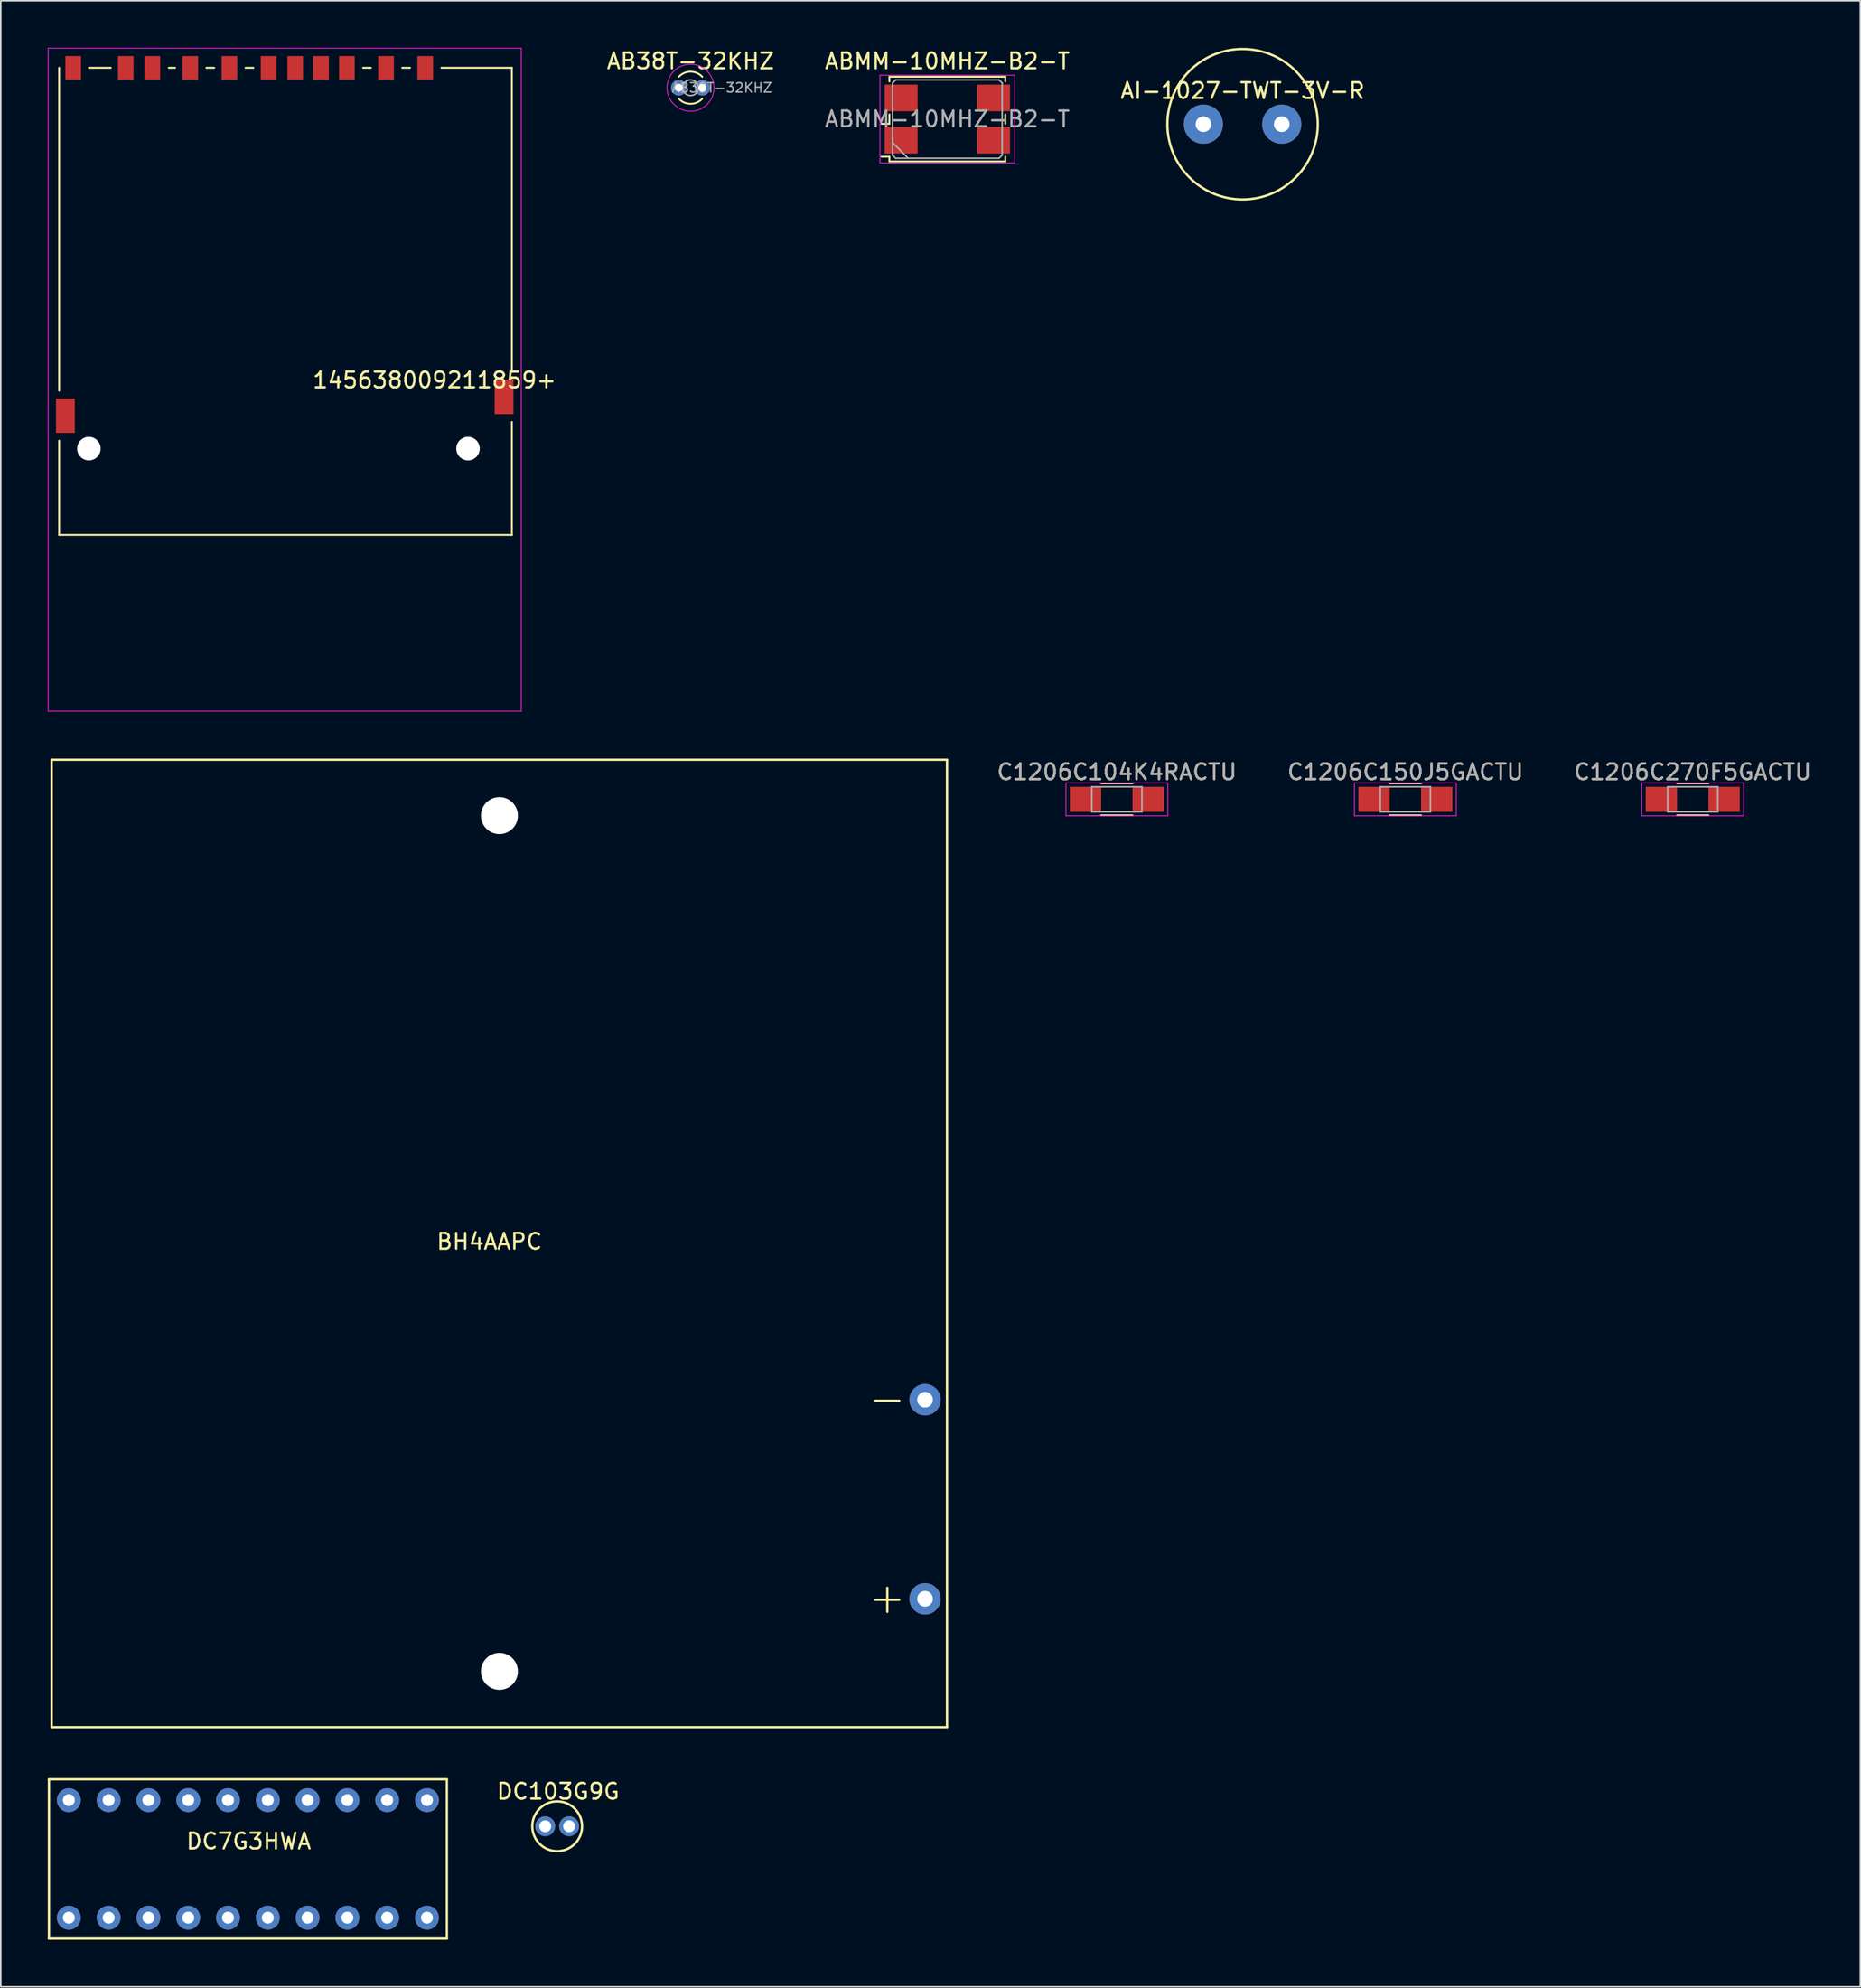
<source format=kicad_pcb>
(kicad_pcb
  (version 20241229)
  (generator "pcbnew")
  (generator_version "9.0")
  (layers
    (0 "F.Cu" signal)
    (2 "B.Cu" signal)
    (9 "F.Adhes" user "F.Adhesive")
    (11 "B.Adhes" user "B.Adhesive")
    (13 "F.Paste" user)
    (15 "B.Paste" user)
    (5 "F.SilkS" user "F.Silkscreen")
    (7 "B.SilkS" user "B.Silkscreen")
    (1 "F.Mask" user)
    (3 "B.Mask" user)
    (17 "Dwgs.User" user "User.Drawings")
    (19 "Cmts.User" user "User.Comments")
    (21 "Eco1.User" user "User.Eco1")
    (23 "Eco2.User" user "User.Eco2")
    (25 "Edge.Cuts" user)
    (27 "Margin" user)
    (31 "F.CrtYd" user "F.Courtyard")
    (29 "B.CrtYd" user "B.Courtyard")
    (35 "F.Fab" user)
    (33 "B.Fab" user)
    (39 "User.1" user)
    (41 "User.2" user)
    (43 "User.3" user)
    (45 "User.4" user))
  (footprint "AI-1027-TWT-3V-R"
    (layer "F.Cu")
    (at 76.268 4.875)
    (property "Reference" "AI-1027-TWT-3V-R" (at 0 -2.134 0) (layer "F.SilkS") (effects (font (size 1 1) (thickness 0.15))))
    (attr through_hole)
    (fp_circle (center 0 0) (end 4.8 0) (stroke (width 0.15) (type solid)) (fill no) (layer "F.SilkS"))
    (pad "1" thru_hole circle (at -2.5 0) (size 2.499 2.499) (drill 1.001) (layers "*.Cu" "*.Mask"))
    (pad "2" thru_hole circle (at 2.5 0) (size 2.499 2.499) (drill 1.001) (layers "*.Cu" "*.Mask")))
  (footprint "BH4AAPC"
    (layer "F.Cu")
    (at 0.25 107.147)
    (property "Reference" "BH4AAPC" (at 27.94 -30.988 0) (layer "F.SilkS") (effects (font (size 1 1) (thickness 0.15))))
    (attr through_hole)
    (fp_line (start 0 -61.722) (end 57.15 -61.722) (stroke (width 0.15) (type solid)) (layer "F.SilkS"))
    (fp_line (start 0 0) (end 0 -61.722) (stroke (width 0.15) (type solid)) (layer "F.SilkS"))
    (fp_line (start 53.34 -7.366) (end 53.34 -8.89) (stroke (width 0.15) (type solid)) (layer "F.SilkS"))
    (fp_line (start 54.102 -20.828) (end 52.578 -20.828) (stroke (width 0.15) (type solid)) (layer "F.SilkS"))
    (fp_line (start 54.102 -8.128) (end 52.578 -8.128) (stroke (width 0.15) (type solid)) (layer "F.SilkS"))
    (fp_line (start 57.15 -61.722) (end 57.15 0) (stroke (width 0.15) (type solid)) (layer "F.SilkS"))
    (fp_line (start 57.15 0) (end 0 0) (stroke (width 0.15) (type solid)) (layer "F.SilkS"))
    (pad "" np_thru_hole circle (at 28.58 -58.16) (size 2.36 2.36) (drill 2.36) (layers "*.Cu" "*.Mask"))
    (pad "" np_thru_hole circle (at 28.58 -3.56) (size 2.36 2.36) (drill 2.36) (layers "*.Cu" "*.Mask"))
    (pad "1" thru_hole circle (at 55.75 -8.19) (size 2 2) (drill 1) (layers "*.Cu" "*.Mask"))
    (pad "2" thru_hole circle (at 55.75 -20.89) (size 2 2) (drill 1) (layers "*.Cu" "*.Mask")))
  (footprint "ABMM-10MHZ-B2-T"
    (layer "F.Cu")
    (at 57.423 4.548)
    (property "Reference" "ABMM-10MHZ-B2-T" (at 0 -3.7 0) (layer "F.SilkS") (effects (font (size 1 1) (thickness 0.15))))
    (attr smd)
    (fp_line (start -4.2 0.3) (end -3.7 0.3) (stroke (width 0.12) (type solid)) (layer "F.SilkS"))
    (fp_line (start -4.2 2.4) (end -3.7 2.4) (stroke (width 0.12) (type solid)) (layer "F.SilkS"))
    (fp_line (start -3.7 -2.7) (end 3.7 -2.7) (stroke (width 0.12) (type solid)) (layer "F.SilkS"))
    (fp_line (start -3.7 -2.4) (end -3.7 -2.7) (stroke (width 0.12) (type solid)) (layer "F.SilkS"))
    (fp_line (start -3.7 0.3) (end -3.7 -0.3) (stroke (width 0.12) (type solid)) (layer "F.SilkS"))
    (fp_line (start -3.7 2.4) (end -3.7 2.7) (stroke (width 0.12) (type solid)) (layer "F.SilkS"))
    (fp_line (start -3.7 2.7) (end 3.7 2.7) (stroke (width 0.12) (type solid)) (layer "F.SilkS"))
    (fp_line (start 3.7 -2.7) (end 3.7 -2.4) (stroke (width 0.12) (type solid)) (layer "F.SilkS"))
    (fp_line (start 3.7 -0.3) (end 3.7 0.3) (stroke (width 0.12) (type solid)) (layer "F.SilkS"))
    (fp_line (start 3.7 2.7) (end 3.7 2.4) (stroke (width 0.12) (type solid)) (layer "F.SilkS"))
    (fp_line (start -4.3 -2.8) (end -4.3 2.8) (stroke (width 0.05) (type solid)) (layer "F.CrtYd"))
    (fp_line (start -4.3 2.8) (end 4.3 2.8) (stroke (width 0.05) (type solid)) (layer "F.CrtYd"))
    (fp_line (start 4.3 -2.8) (end -4.3 -2.8) (stroke (width 0.05) (type solid)) (layer "F.CrtYd"))
    (fp_line (start 4.3 2.8) (end 4.3 -2.8) (stroke (width 0.05) (type solid)) (layer "F.CrtYd"))
    (fp_line (start -3.5 -2.3) (end -3.3 -2.5) (stroke (width 0.1) (type solid)) (layer "F.Fab"))
    (fp_line (start -3.5 1.5) (end -2.5 2.5) (stroke (width 0.1) (type solid)) (layer "F.Fab"))
    (fp_line (start -3.5 2.3) (end -3.5 -2.3) (stroke (width 0.1) (type solid)) (layer "F.Fab"))
    (fp_line (start -3.3 -2.5) (end 3.3 -2.5) (stroke (width 0.1) (type solid)) (layer "F.Fab"))
    (fp_line (start -3.3 2.5) (end -3.5 2.3) (stroke (width 0.1) (type solid)) (layer "F.Fab"))
    (fp_line (start 3.3 -2.5) (end 3.5 -2.3) (stroke (width 0.1) (type solid)) (layer "F.Fab"))
    (fp_line (start 3.3 2.5) (end -3.3 2.5) (stroke (width 0.1) (type solid)) (layer "F.Fab"))
    (fp_line (start 3.5 -2.3) (end 3.5 2.3) (stroke (width 0.1) (type solid)) (layer "F.Fab"))
    (fp_line (start 3.5 2.3) (end 3.3 2.5) (stroke (width 0.1) (type solid)) (layer "F.Fab"))
    (fp_text user "${REFERENCE}" (at 0 0 0) (layer "F.Fab") (effects (font (size 1 1) (thickness 0.15))))
    (pad "1" smd rect (at -2.95 1.35) (size 2.1 1.7) (layers "F.Cu" "F.Mask" "F.Paste"))
    (pad "2" smd rect (at 2.95 1.35) (size 2.1 1.7) (layers "F.Cu" "F.Mask" "F.Paste"))
    (pad "3" smd rect (at 2.95 -1.35) (size 2.1 1.7) (layers "F.Cu" "F.Mask" "F.Paste"))
    (pad "4" smd rect (at -2.95 -1.35) (size 2.1 1.7) (layers "F.Cu" "F.Mask" "F.Paste")))
  (footprint "DC7G3HWA"
    (layer "F.Cu")
    (at 1.345 119.302)
    (property "Reference" "DC7G3HWA" (at 11.481 -4.877 0) (layer "F.SilkS") (effects (font (size 1 1) (thickness 0.15))))
    (attr through_hole)
    (fp_line (start -1.27 -8.83) (end 24.13 -8.83) (stroke (width 0.15) (type solid)) (layer "F.SilkS"))
    (fp_line (start -1.27 -8.826) (end -1.27 1.333) (stroke (width 0.15) (type solid)) (layer "F.SilkS"))
    (fp_line (start -1.27 1.33) (end 24.13 1.33) (stroke (width 0.15) (type solid)) (layer "F.SilkS"))
    (fp_line (start 24.13 1.333) (end 24.13 -8.826) (stroke (width 0.15) (type solid)) (layer "F.SilkS"))
    (pad "1" thru_hole circle (at 0 0) (size 1.524 1.524) (drill 0.762) (layers "*.Cu" "*.Mask"))
    (pad "2" thru_hole circle (at 2.54 0) (size 1.524 1.524) (drill 0.762) (layers "*.Cu" "*.Mask"))
    (pad "3" thru_hole circle (at 5.08 0) (size 1.524 1.524) (drill 0.762) (layers "*.Cu" "*.Mask"))
    (pad "4" thru_hole circle (at 7.62 0) (size 1.524 1.524) (drill 0.762) (layers "*.Cu" "*.Mask"))
    (pad "5" thru_hole circle (at 10.16 0) (size 1.524 1.524) (drill 0.762) (layers "*.Cu" "*.Mask"))
    (pad "6" thru_hole circle (at 12.7 0) (size 1.524 1.524) (drill 0.762) (layers "*.Cu" "*.Mask"))
    (pad "7" thru_hole circle (at 15.24 0) (size 1.524 1.524) (drill 0.762) (layers "*.Cu" "*.Mask"))
    (pad "8" thru_hole circle (at 17.78 0) (size 1.524 1.524) (drill 0.762) (layers "*.Cu" "*.Mask"))
    (pad "9" thru_hole circle (at 20.32 0) (size 1.524 1.524) (drill 0.762) (layers "*.Cu" "*.Mask"))
    (pad "10" thru_hole circle (at 22.86 0) (size 1.524 1.524) (drill 0.762) (layers "*.Cu" "*.Mask"))
    (pad "11" thru_hole circle (at 22.86 -7.5) (size 1.524 1.524) (drill 0.762) (layers "*.Cu" "*.Mask"))
    (pad "12" thru_hole circle (at 20.32 -7.5) (size 1.524 1.524) (drill 0.762) (layers "*.Cu" "*.Mask"))
    (pad "13" thru_hole circle (at 17.78 -7.5) (size 1.524 1.524) (drill 0.762) (layers "*.Cu" "*.Mask"))
    (pad "14" thru_hole circle (at 15.24 -7.5) (size 1.524 1.524) (drill 0.762) (layers "*.Cu" "*.Mask"))
    (pad "15" thru_hole circle (at 12.7 -7.5) (size 1.524 1.524) (drill 0.762) (layers "*.Cu" "*.Mask"))
    (pad "16" thru_hole circle (at 10.16 -7.5) (size 1.524 1.524) (drill 0.762) (layers "*.Cu" "*.Mask"))
    (pad "17" thru_hole circle (at 7.62 -7.5) (size 1.524 1.524) (drill 0.762) (layers "*.Cu" "*.Mask"))
    (pad "18" thru_hole circle (at 5.08 -7.5) (size 1.524 1.524) (drill 0.762) (layers "*.Cu" "*.Mask"))
    (pad "19" thru_hole circle (at 2.54 -7.5) (size 1.524 1.524) (drill 0.762) (layers "*.Cu" "*.Mask"))
    (pad "20" thru_hole circle (at 0 -7.5) (size 1.524 1.524) (drill 0.762) (layers "*.Cu" "*.Mask")))
  (footprint "AB38T-32KHZ"
    (layer "F.Cu")
    (at 40.28 2.548)
    (property "Reference" "AB38T-32KHZ" (at 0.75 -1.7 0) (layer "F.SilkS") (effects (font (size 1 1) (thickness 0.15))))
    (attr through_hole)
    (fp_arc (start 0 -0.7) (mid 0.749553 -1.025914) (end 1.49939 -0.700653) (stroke (width 0.12) (type solid)) (layer "F.SilkS"))
    (fp_arc (start 1.49939 0.700653) (mid 0.749553 1.025914) (end 0 0.7) (stroke (width 0.12) (type solid)) (layer "F.SilkS"))
    (fp_circle (center 0.75 0) (end 2.25 0) (stroke (width 0.05) (type solid)) (fill no) (layer "F.CrtYd"))
    (fp_circle (center 0.75 0) (end 1.25 0) (stroke (width 0.1) (type solid)) (fill no) (layer "F.Fab"))
    (fp_text user "${REFERENCE}" (at 2.75 0 0) (layer "F.Fab") (effects (font (size 0.6 0.6) (thickness 0.09))))
    (pad "1" thru_hole circle (at 0 0) (size 1 1) (drill 0.5) (layers "*.Cu" "*.Mask"))
    (pad "2" thru_hole circle (at 1.5 0) (size 1 1) (drill 0.5) (layers "*.Cu" "*.Mask")))
  (footprint "145638009211859+"
    (layer "F.Cu")
    (at 15.125 13.425)
    (property "Reference" "145638009211859+" (at 9.56 7.78 0) (layer "F.SilkS") (effects (font (size 1 1) (thickness 0.15))))
    (attr smd)
    (fp_line (start -14.4 8.45) (end -14.4 -12.15) (stroke (width 0.12) (type solid)) (layer "F.SilkS"))
    (fp_line (start -14.4 17.65) (end -14.4 11.65) (stroke (width 0.12) (type solid)) (layer "F.SilkS"))
    (fp_line (start -12.5 -12.15) (end -11.1 -12.15) (stroke (width 0.12) (type solid)) (layer "F.SilkS"))
    (fp_line (start -7.4 -12.15) (end -7 -12.15) (stroke (width 0.12) (type solid)) (layer "F.SilkS"))
    (fp_line (start -5 -12.15) (end -4.5 -12.15) (stroke (width 0.12) (type solid)) (layer "F.SilkS"))
    (fp_line (start -2.5 -12.15) (end -2 -12.15) (stroke (width 0.12) (type solid)) (layer "F.SilkS"))
    (fp_line (start 5 -12.15) (end 5.5 -12.15) (stroke (width 0.12) (type solid)) (layer "F.SilkS"))
    (fp_line (start 7.5 -12.15) (end 8 -12.15) (stroke (width 0.12) (type solid)) (layer "F.SilkS"))
    (fp_line (start 14.5 -12.15) (end 10 -12.15) (stroke (width 0.12) (type solid)) (layer "F.SilkS"))
    (fp_line (start 14.5 7.25) (end 14.5 -12.15) (stroke (width 0.12) (type solid)) (layer "F.SilkS"))
    (fp_line (start 14.5 17.65) (end -14.4 17.65) (stroke (width 0.12) (type solid)) (layer "F.SilkS"))
    (fp_line (start 14.5 17.65) (end 14.5 10.45) (stroke (width 0.12) (type solid)) (layer "F.SilkS"))
    (fp_line (start -15.1 -13.4) (end -15.1 28.9) (stroke (width 0.05) (type solid)) (layer "F.CrtYd"))
    (fp_line (start -15.1 28.9) (end 15.1 28.9) (stroke (width 0.05) (type solid)) (layer "F.CrtYd"))
    (fp_line (start 15.1 -13.4) (end -15.1 -13.4) (stroke (width 0.05) (type solid)) (layer "F.CrtYd"))
    (fp_line (start 15.1 28.9) (end 15.1 -13.4) (stroke (width 0.05) (type solid)) (layer "F.CrtYd"))
    (pad "" np_thru_hole circle (at -12.5 12.15) (size 1.5 1.5) (drill 1.5) (layers "*.Cu" "*.Mask"))
    (pad "" np_thru_hole circle (at 11.7 12.15) (size 1.5 1.5) (drill 1.5) (layers "*.Cu" "*.Mask"))
    (pad "1" smd rect (at 6.47 -12.15) (size 1 1.5) (layers "F.Cu" "F.Mask" "F.Paste"))
    (pad "2" smd rect (at 3.97 -12.15) (size 1 1.5) (layers "F.Cu" "F.Mask" "F.Paste"))
    (pad "3" smd rect (at 0.67 -12.15) (size 1 1.5) (layers "F.Cu" "F.Mask" "F.Paste"))
    (pad "4" smd rect (at -1.03 -12.15) (size 1 1.5) (layers "F.Cu" "F.Mask" "F.Paste"))
    (pad "5" smd rect (at -3.53 -12.15) (size 1 1.5) (layers "F.Cu" "F.Mask" "F.Paste"))
    (pad "6" smd rect (at -6.03 -12.15) (size 1 1.5) (layers "F.Cu" "F.Mask" "F.Paste"))
    (pad "7" smd rect (at -8.45 -12.15) (size 1 1.5) (layers "F.Cu" "F.Mask" "F.Paste"))
    (pad "8" smd rect (at -10.15 -12.15) (size 1 1.5) (layers "F.Cu" "F.Mask" "F.Paste"))
    (pad "9" smd rect (at 8.97 -12.15) (size 1 1.5) (layers "F.Cu" "F.Mask" "F.Paste"))
    (pad "10" smd rect (at 2.32 -12.15) (size 1 1.5) (layers "F.Cu" "F.Mask" "F.Paste"))
    (pad "11" smd rect (at -13.5 -12.15) (size 1 1.5) (layers "F.Cu" "F.Mask" "F.Paste"))
    (pad "12" smd rect (at 14 8.85) (size 1.2 2.2) (layers "F.Cu" "F.Mask" "F.Paste"))
    (pad "13" smd rect (at -14 10.05) (size 1.2 2.2) (layers "F.Cu" "F.Mask" "F.Paste")))
  (footprint "C1206C270F5GACTU"
    (layer "F.Cu")
    (at 105.005 47.948)
    (property "Reference" "C1206C270F5GACTU" (at 0 -1.75 0) (layer "F.SilkS") (effects (font (size 1 1) (thickness 0.15))))
    (attr smd)
    (fp_line (start -1 1.02) (end 1 1.02) (stroke (width 0.12) (type solid)) (layer "F.SilkS"))
    (fp_line (start 1 -1.02) (end -1 -1.02) (stroke (width 0.12) (type solid)) (layer "F.SilkS"))
    (fp_line (start -3.25 -1.05) (end -3.25 1.05) (stroke (width 0.05) (type solid)) (layer "F.CrtYd"))
    (fp_line (start -3.25 -1.05) (end 3.25 -1.05) (stroke (width 0.05) (type solid)) (layer "F.CrtYd"))
    (fp_line (start 3.25 1.05) (end -3.25 1.05) (stroke (width 0.05) (type solid)) (layer "F.CrtYd"))
    (fp_line (start 3.25 1.05) (end 3.25 -1.05) (stroke (width 0.05) (type solid)) (layer "F.CrtYd"))
    (fp_line (start -1.6 -0.8) (end 1.6 -0.8) (stroke (width 0.1) (type solid)) (layer "F.Fab"))
    (fp_line (start -1.6 0.8) (end -1.6 -0.8) (stroke (width 0.1) (type solid)) (layer "F.Fab"))
    (fp_line (start 1.6 -0.8) (end 1.6 0.8) (stroke (width 0.1) (type solid)) (layer "F.Fab"))
    (fp_line (start 1.6 0.8) (end -1.6 0.8) (stroke (width 0.1) (type solid)) (layer "F.Fab"))
    (fp_text user "${REFERENCE}" (at 0 -1.75 0) (layer "F.Fab") (effects (font (size 1 1) (thickness 0.15))))
    (pad "1" smd rect (at -2 0) (size 2 1.6) (layers "F.Cu" "F.Mask" "F.Paste"))
    (pad "2" smd rect (at 2 0) (size 2 1.6) (layers "F.Cu" "F.Mask" "F.Paste")))
  (footprint "C1206C104K4RACTU"
    (layer "F.Cu")
    (at 68.243 47.948)
    (property "Reference" "C1206C104K4RACTU" (at 0 -1.75 0) (layer "F.SilkS") (effects (font (size 1 1) (thickness 0.15))))
    (attr smd)
    (fp_line (start -1 1.02) (end 1 1.02) (stroke (width 0.12) (type solid)) (layer "F.SilkS"))
    (fp_line (start 1 -1.02) (end -1 -1.02) (stroke (width 0.12) (type solid)) (layer "F.SilkS"))
    (fp_line (start -3.25 -1.05) (end -3.25 1.05) (stroke (width 0.05) (type solid)) (layer "F.CrtYd"))
    (fp_line (start -3.25 -1.05) (end 3.25 -1.05) (stroke (width 0.05) (type solid)) (layer "F.CrtYd"))
    (fp_line (start 3.25 1.05) (end -3.25 1.05) (stroke (width 0.05) (type solid)) (layer "F.CrtYd"))
    (fp_line (start 3.25 1.05) (end 3.25 -1.05) (stroke (width 0.05) (type solid)) (layer "F.CrtYd"))
    (fp_line (start -1.6 -0.8) (end 1.6 -0.8) (stroke (width 0.1) (type solid)) (layer "F.Fab"))
    (fp_line (start -1.6 0.8) (end -1.6 -0.8) (stroke (width 0.1) (type solid)) (layer "F.Fab"))
    (fp_line (start 1.6 -0.8) (end 1.6 0.8) (stroke (width 0.1) (type solid)) (layer "F.Fab"))
    (fp_line (start 1.6 0.8) (end -1.6 0.8) (stroke (width 0.1) (type solid)) (layer "F.Fab"))
    (fp_text user "${REFERENCE}" (at 0 -1.75 0) (layer "F.Fab") (effects (font (size 1 1) (thickness 0.15))))
    (pad "1" smd rect (at -2 0) (size 2 1.6) (layers "F.Cu" "F.Mask" "F.Paste"))
    (pad "2" smd rect (at 2 0) (size 2 1.6) (layers "F.Cu" "F.Mask" "F.Paste")))
  (footprint "DC103G9G"
    (layer "F.Cu")
    (at 33.278 113.468)
    (property "Reference" "DC103G9G" (at -0.699 -2.223 0) (layer "F.SilkS") (effects (font (size 1 1) (thickness 0.15))))
    (attr through_hole)
    (fp_circle (center -0.762 0) (end 0.826 0) (stroke (width 0.152) (type solid)) (fill no) (layer "F.SilkS"))
    (pad "1" thru_hole circle (at -1.524 0) (size 1.27 1.27) (drill 0.762) (layers "*.Cu" "*.Mask"))
    (pad "2" thru_hole circle (at 0 0) (size 1.27 1.27) (drill 0.762) (layers "*.Cu" "*.Mask")))
  (footprint "C1206C150J5GACTU"
    (layer "F.Cu")
    (at 86.66 47.948)
    (property "Reference" "C1206C150J5GACTU" (at 0 -1.75 0) (layer "F.SilkS") (effects (font (size 1 1) (thickness 0.15))))
    (attr smd)
    (fp_line (start -1 1.02) (end 1 1.02) (stroke (width 0.12) (type solid)) (layer "F.SilkS"))
    (fp_line (start 1 -1.02) (end -1 -1.02) (stroke (width 0.12) (type solid)) (layer "F.SilkS"))
    (fp_line (start -3.25 -1.05) (end -3.25 1.05) (stroke (width 0.05) (type solid)) (layer "F.CrtYd"))
    (fp_line (start -3.25 -1.05) (end 3.25 -1.05) (stroke (width 0.05) (type solid)) (layer "F.CrtYd"))
    (fp_line (start 3.25 1.05) (end -3.25 1.05) (stroke (width 0.05) (type solid)) (layer "F.CrtYd"))
    (fp_line (start 3.25 1.05) (end 3.25 -1.05) (stroke (width 0.05) (type solid)) (layer "F.CrtYd"))
    (fp_line (start -1.6 -0.8) (end 1.6 -0.8) (stroke (width 0.1) (type solid)) (layer "F.Fab"))
    (fp_line (start -1.6 0.8) (end -1.6 -0.8) (stroke (width 0.1) (type solid)) (layer "F.Fab"))
    (fp_line (start 1.6 -0.8) (end 1.6 0.8) (stroke (width 0.1) (type solid)) (layer "F.Fab"))
    (fp_line (start 1.6 0.8) (end -1.6 0.8) (stroke (width 0.1) (type solid)) (layer "F.Fab"))
    (fp_text user "${REFERENCE}" (at 0 -1.75 0) (layer "F.Fab") (effects (font (size 1 1) (thickness 0.15))))
    (pad "1" smd rect (at -2 0) (size 2 1.6) (layers "F.Cu" "F.Mask" "F.Paste"))
    (pad "2" smd rect (at 2 0) (size 2 1.6) (layers "F.Cu" "F.Mask" "F.Paste")))
  (gr_rect
    (start -3 -3)
    (end 115.701 123.71)
    (stroke (width 0.1) (type default))
    (fill no)
    (layer "Edge.Cuts")))
</source>
